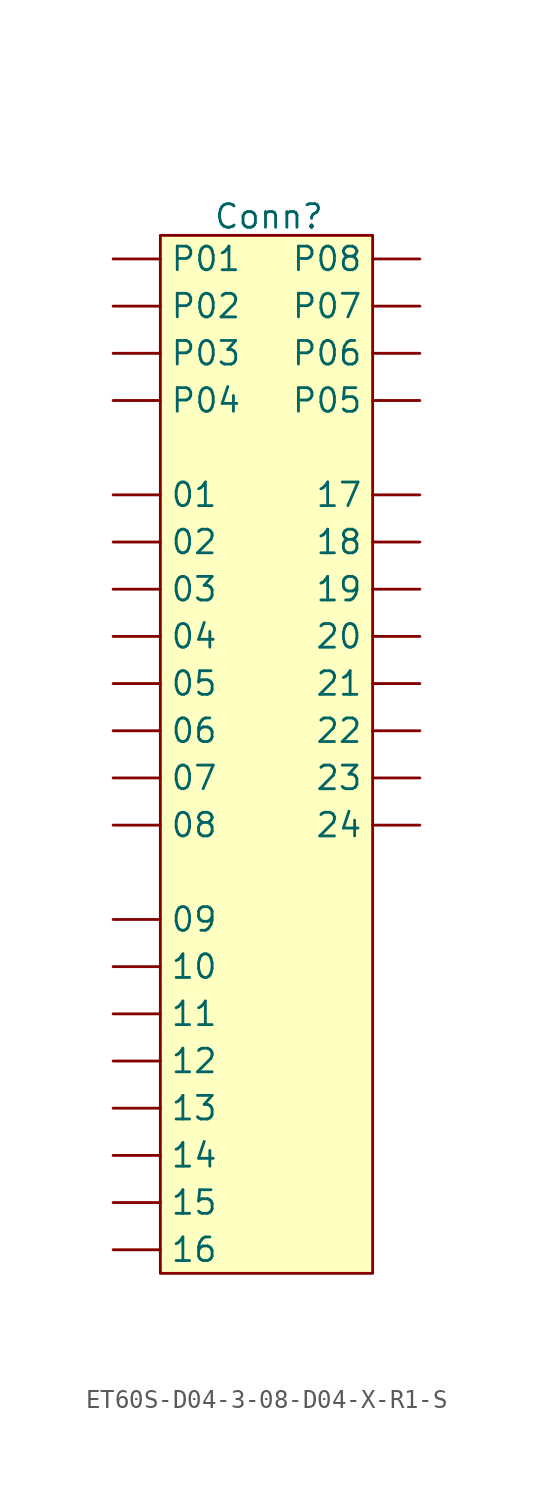
<source format=kicad_sym>
(kicad_symbol_lib
  (version 20231120)
  (generator "kicad_symbol_editor")
  (generator_version "8.0")
  (symbol "ET60S-D04-3-08-D04-X-R1-S"
    (property "Reference" "Conn"
      (at -0.508 -1.524 0)
      (effects (font (size 1.27 1.27))))
    (property "Value" ""
      (at 0 0 0)
      (effects (font (size 1.27 1.27))))
    (symbol "ET60S-D04-3-08-D04-X-R1-S_1_1"
      (rectangle (start -6.35 -2.54) (end 5.08 -58.42) (stroke (width 0) (type default)) (fill (type background)))
      (pin input line (at -8.89 -16.51 0) (length 2.54) (name "01" (effects (font (size 1.27 1.27)))) (number "" (effects (font (size 1.27 1.27)))))
      (pin input line (at -8.89 -19.05 0) (length 2.54) (name "02" (effects (font (size 1.27 1.27)))) (number "" (effects (font (size 1.27 1.27)))))
      (pin input line (at -8.89 -21.59 0) (length 2.54) (name "03" (effects (font (size 1.27 1.27)))) (number "" (effects (font (size 1.27 1.27)))))
      (pin input line (at -8.89 -24.13 0) (length 2.54) (name "04" (effects (font (size 1.27 1.27)))) (number "" (effects (font (size 1.27 1.27)))))
      (pin input line (at -8.89 -26.67 0) (length 2.54) (name "05" (effects (font (size 1.27 1.27)))) (number "" (effects (font (size 1.27 1.27)))))
      (pin input line (at -8.89 -29.21 0) (length 2.54) (name "06" (effects (font (size 1.27 1.27)))) (number "" (effects (font (size 1.27 1.27)))))
      (pin input line (at -8.89 -31.75 0) (length 2.54) (name "07" (effects (font (size 1.27 1.27)))) (number "" (effects (font (size 1.27 1.27)))))
      (pin input line (at -8.89 -34.29 0) (length 2.54) (name "08" (effects (font (size 1.27 1.27)))) (number "" (effects (font (size 1.27 1.27)))))
      (pin input line (at -8.89 -39.37 0) (length 2.54) (name "09" (effects (font (size 1.27 1.27)))) (number "" (effects (font (size 1.27 1.27)))))
      (pin input line (at -8.89 -41.91 0) (length 2.54) (name "10" (effects (font (size 1.27 1.27)))) (number "" (effects (font (size 1.27 1.27)))))
      (pin input line (at -8.89 -44.45 0) (length 2.54) (name "11" (effects (font (size 1.27 1.27)))) (number "" (effects (font (size 1.27 1.27)))))
      (pin input line (at -8.89 -46.99 0) (length 2.54) (name "12" (effects (font (size 1.27 1.27)))) (number "" (effects (font (size 1.27 1.27)))))
      (pin input line (at -8.89 -49.53 0) (length 2.54) (name "13" (effects (font (size 1.27 1.27)))) (number "" (effects (font (size 1.27 1.27)))))
      (pin input line (at -8.89 -52.07 0) (length 2.54) (name "14" (effects (font (size 1.27 1.27)))) (number "" (effects (font (size 1.27 1.27)))))
      (pin input line (at -8.89 -54.61 0) (length 2.54) (name "15" (effects (font (size 1.27 1.27)))) (number "" (effects (font (size 1.27 1.27)))))
      (pin input line (at -8.89 -57.15 0) (length 2.54) (name "16" (effects (font (size 1.27 1.27)))) (number "" (effects (font (size 1.27 1.27)))))
      (pin input line (at 7.62 -16.51 180) (length 2.54) (name "17" (effects (font (size 1.27 1.27)))) (number "" (effects (font (size 1.27 1.27)))))
      (pin input line (at 7.62 -19.05 180) (length 2.54) (name "18" (effects (font (size 1.27 1.27)))) (number "" (effects (font (size 1.27 1.27)))))
      (pin input line (at 7.62 -21.59 180) (length 2.54) (name "19" (effects (font (size 1.27 1.27)))) (number "" (effects (font (size 1.27 1.27)))))
      (pin input line (at 7.62 -24.13 180) (length 2.54) (name "20" (effects (font (size 1.27 1.27)))) (number "" (effects (font (size 1.27 1.27)))))
      (pin input line (at 7.62 -26.67 180) (length 2.54) (name "21" (effects (font (size 1.27 1.27)))) (number "" (effects (font (size 1.27 1.27)))))
      (pin input line (at 7.62 -29.21 180) (length 2.54) (name "22" (effects (font (size 1.27 1.27)))) (number "" (effects (font (size 1.27 1.27)))))
      (pin input line (at 7.62 -31.75 180) (length 2.54) (name "23" (effects (font (size 1.27 1.27)))) (number "" (effects (font (size 1.27 1.27)))))
      (pin input line (at 7.62 -34.29 180) (length 2.54) (name "24" (effects (font (size 1.27 1.27)))) (number "" (effects (font (size 1.27 1.27)))))
      (pin input line (at -8.89 -3.81 0) (length 2.54) (name "P01" (effects (font (size 1.27 1.27)))) (number "" (effects (font (size 1.27 1.27)))))
      (pin input line (at -8.89 -6.35 0) (length 2.54) (name "P02" (effects (font (size 1.27 1.27)))) (number "" (effects (font (size 1.27 1.27)))))
      (pin input line (at -8.89 -8.89 0) (length 2.54) (name "P03" (effects (font (size 1.27 1.27)))) (number "" (effects (font (size 1.27 1.27)))))
      (pin input line (at -8.89 -11.43 0) (length 2.54) (name "P04" (effects (font (size 1.27 1.27)))) (number "" (effects (font (size 1.27 1.27)))))
      (pin input line (at 7.62 -11.43 180) (length 2.54) (name "P05" (effects (font (size 1.27 1.27)))) (number "" (effects (font (size 1.27 1.27)))))
      (pin input line (at 7.62 -8.89 180) (length 2.54) (name "P06" (effects (font (size 1.27 1.27)))) (number "" (effects (font (size 1.27 1.27)))))
      (pin input line (at 7.62 -6.35 180) (length 2.54) (name "P07" (effects (font (size 1.27 1.27)))) (number "" (effects (font (size 1.27 1.27)))))
      (pin input line (at 7.62 -3.81 180) (length 2.54) (name "P08" (effects (font (size 1.27 1.27)))) (number "" (effects (font (size 1.27 1.27))))))))
</source>
